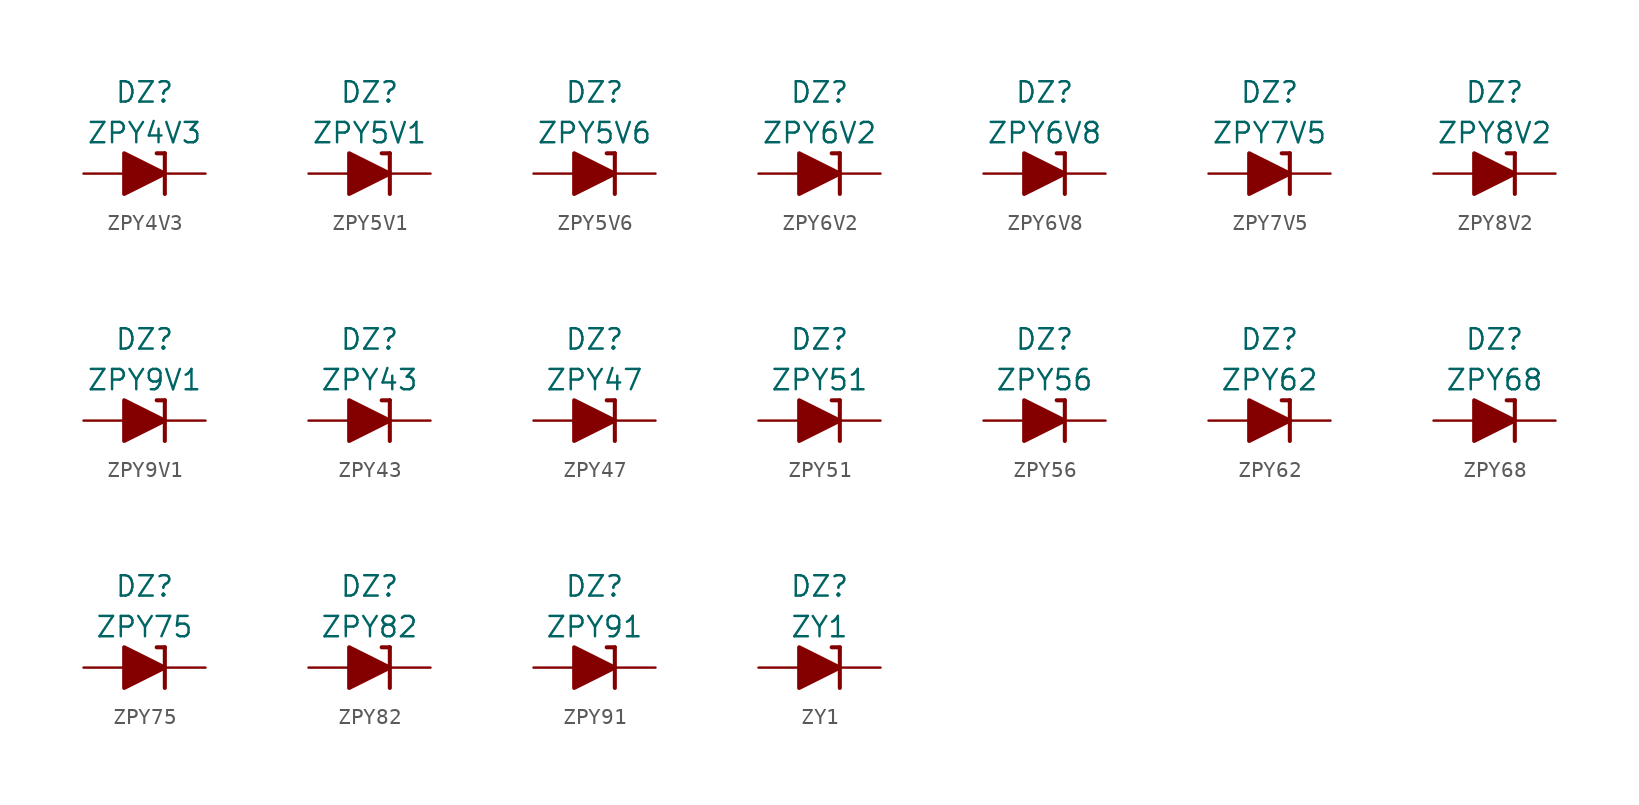
<source format=kicad_sym>
(kicad_symbol_lib
  (version 20201005)
  (generator kicad_symbol_editor)
  (symbol "Diode_Zener_AKL:ZPY4V3"
    (pin_numbers hide)
    (pin_names
      (offset 1.016) hide)
    (property "Reference" "DZ"
      (at 0 5.08 0)
      (effects (font (size 1.27 1.27))))
    (property "Value" "ZPY4V3"
      (at 0 2.54 0)
      (effects (font (size 1.27 1.27))))
    (symbol "ZPY4V3_0_1"
      (polyline (pts (xy -1.27 0) (xy 1.27 0)) (stroke (width 0)) (fill (type none)))
      (polyline (pts (xy 1.27 1.27) (xy 0.762 1.27)) (stroke (width 0.254)) (fill (type none)))
      (polyline (pts (xy 1.27 1.27) (xy 1.27 -1.27)) (stroke (width 0.254)) (fill (type none)))
      (polyline (pts (xy -1.27 -1.27) (xy -1.27 1.27) (xy 1.27 0) (xy -1.27 -1.27)) (stroke (width 0.254)) (fill (type outline))))
    (symbol "ZPY4V3_1_1"
      (pin passive line (at 3.81 0 180) (length 2.54) (name "K" (effects (font (size 1.27 1.27)))) (number "1" (effects (font (size 1.27 1.27)))))
      (pin passive line (at -3.81 0 0) (length 2.54) (name "A" (effects (font (size 1.27 1.27)))) (number "2" (effects (font (size 1.27 1.27)))))))
  (symbol "Diode_Zener_AKL:ZPY5V1"
    (pin_numbers hide)
    (pin_names
      (offset 1.016) hide)
    (property "Reference" "DZ"
      (at 0 5.08 0)
      (effects (font (size 1.27 1.27))))
    (property "Value" "ZPY5V1"
      (at 0 2.54 0)
      (effects (font (size 1.27 1.27))))
    (symbol "ZPY5V1_0_1"
      (polyline (pts (xy -1.27 0) (xy 1.27 0)) (stroke (width 0)) (fill (type none)))
      (polyline (pts (xy 1.27 1.27) (xy 0.762 1.27)) (stroke (width 0.254)) (fill (type none)))
      (polyline (pts (xy 1.27 1.27) (xy 1.27 -1.27)) (stroke (width 0.254)) (fill (type none)))
      (polyline (pts (xy -1.27 -1.27) (xy -1.27 1.27) (xy 1.27 0) (xy -1.27 -1.27)) (stroke (width 0.254)) (fill (type outline))))
    (symbol "ZPY5V1_1_1"
      (pin passive line (at 3.81 0 180) (length 2.54) (name "K" (effects (font (size 1.27 1.27)))) (number "1" (effects (font (size 1.27 1.27)))))
      (pin passive line (at -3.81 0 0) (length 2.54) (name "A" (effects (font (size 1.27 1.27)))) (number "2" (effects (font (size 1.27 1.27)))))))
  (symbol "Diode_Zener_AKL:ZPY5V6"
    (pin_numbers hide)
    (pin_names
      (offset 1.016) hide)
    (property "Reference" "DZ"
      (at 0 5.08 0)
      (effects (font (size 1.27 1.27))))
    (property "Value" "ZPY5V6"
      (at 0 2.54 0)
      (effects (font (size 1.27 1.27))))
    (symbol "ZPY5V6_0_1"
      (polyline (pts (xy -1.27 0) (xy 1.27 0)) (stroke (width 0)) (fill (type none)))
      (polyline (pts (xy 1.27 1.27) (xy 0.762 1.27)) (stroke (width 0.254)) (fill (type none)))
      (polyline (pts (xy 1.27 1.27) (xy 1.27 -1.27)) (stroke (width 0.254)) (fill (type none)))
      (polyline (pts (xy -1.27 -1.27) (xy -1.27 1.27) (xy 1.27 0) (xy -1.27 -1.27)) (stroke (width 0.254)) (fill (type outline))))
    (symbol "ZPY5V6_1_1"
      (pin passive line (at 3.81 0 180) (length 2.54) (name "K" (effects (font (size 1.27 1.27)))) (number "1" (effects (font (size 1.27 1.27)))))
      (pin passive line (at -3.81 0 0) (length 2.54) (name "A" (effects (font (size 1.27 1.27)))) (number "2" (effects (font (size 1.27 1.27)))))))
  (symbol "Diode_Zener_AKL:ZPY6V2"
    (pin_numbers hide)
    (pin_names
      (offset 1.016) hide)
    (property "Reference" "DZ"
      (at 0 5.08 0)
      (effects (font (size 1.27 1.27))))
    (property "Value" "ZPY6V2"
      (at 0 2.54 0)
      (effects (font (size 1.27 1.27))))
    (symbol "ZPY6V2_0_1"
      (polyline (pts (xy -1.27 0) (xy 1.27 0)) (stroke (width 0)) (fill (type none)))
      (polyline (pts (xy 1.27 1.27) (xy 0.762 1.27)) (stroke (width 0.254)) (fill (type none)))
      (polyline (pts (xy 1.27 1.27) (xy 1.27 -1.27)) (stroke (width 0.254)) (fill (type none)))
      (polyline (pts (xy -1.27 -1.27) (xy -1.27 1.27) (xy 1.27 0) (xy -1.27 -1.27)) (stroke (width 0.254)) (fill (type outline))))
    (symbol "ZPY6V2_1_1"
      (pin passive line (at 3.81 0 180) (length 2.54) (name "K" (effects (font (size 1.27 1.27)))) (number "1" (effects (font (size 1.27 1.27)))))
      (pin passive line (at -3.81 0 0) (length 2.54) (name "A" (effects (font (size 1.27 1.27)))) (number "2" (effects (font (size 1.27 1.27)))))))
  (symbol "Diode_Zener_AKL:ZPY6V8"
    (pin_numbers hide)
    (pin_names
      (offset 1.016) hide)
    (property "Reference" "DZ"
      (at 0 5.08 0)
      (effects (font (size 1.27 1.27))))
    (property "Value" "ZPY6V8"
      (at 0 2.54 0)
      (effects (font (size 1.27 1.27))))
    (symbol "ZPY6V8_0_1"
      (polyline (pts (xy -1.27 0) (xy 1.27 0)) (stroke (width 0)) (fill (type none)))
      (polyline (pts (xy 1.27 1.27) (xy 0.762 1.27)) (stroke (width 0.254)) (fill (type none)))
      (polyline (pts (xy 1.27 1.27) (xy 1.27 -1.27)) (stroke (width 0.254)) (fill (type none)))
      (polyline (pts (xy -1.27 -1.27) (xy -1.27 1.27) (xy 1.27 0) (xy -1.27 -1.27)) (stroke (width 0.254)) (fill (type outline))))
    (symbol "ZPY6V8_1_1"
      (pin passive line (at 3.81 0 180) (length 2.54) (name "K" (effects (font (size 1.27 1.27)))) (number "1" (effects (font (size 1.27 1.27)))))
      (pin passive line (at -3.81 0 0) (length 2.54) (name "A" (effects (font (size 1.27 1.27)))) (number "2" (effects (font (size 1.27 1.27)))))))
  (symbol "Diode_Zener_AKL:ZPY7V5"
    (pin_numbers hide)
    (pin_names
      (offset 1.016) hide)
    (property "Reference" "DZ"
      (at 0 5.08 0)
      (effects (font (size 1.27 1.27))))
    (property "Value" "ZPY7V5"
      (at 0 2.54 0)
      (effects (font (size 1.27 1.27))))
    (symbol "ZPY7V5_0_1"
      (polyline (pts (xy -1.27 0) (xy 1.27 0)) (stroke (width 0)) (fill (type none)))
      (polyline (pts (xy 1.27 1.27) (xy 0.762 1.27)) (stroke (width 0.254)) (fill (type none)))
      (polyline (pts (xy 1.27 1.27) (xy 1.27 -1.27)) (stroke (width 0.254)) (fill (type none)))
      (polyline (pts (xy -1.27 -1.27) (xy -1.27 1.27) (xy 1.27 0) (xy -1.27 -1.27)) (stroke (width 0.254)) (fill (type outline))))
    (symbol "ZPY7V5_1_1"
      (pin passive line (at 3.81 0 180) (length 2.54) (name "K" (effects (font (size 1.27 1.27)))) (number "1" (effects (font (size 1.27 1.27)))))
      (pin passive line (at -3.81 0 0) (length 2.54) (name "A" (effects (font (size 1.27 1.27)))) (number "2" (effects (font (size 1.27 1.27)))))))
  (symbol "Diode_Zener_AKL:ZPY8V2"
    (pin_numbers hide)
    (pin_names
      (offset 1.016) hide)
    (property "Reference" "DZ"
      (at 0 5.08 0)
      (effects (font (size 1.27 1.27))))
    (property "Value" "ZPY8V2"
      (at 0 2.54 0)
      (effects (font (size 1.27 1.27))))
    (symbol "ZPY8V2_0_1"
      (polyline (pts (xy -1.27 0) (xy 1.27 0)) (stroke (width 0)) (fill (type none)))
      (polyline (pts (xy 1.27 1.27) (xy 0.762 1.27)) (stroke (width 0.254)) (fill (type none)))
      (polyline (pts (xy 1.27 1.27) (xy 1.27 -1.27)) (stroke (width 0.254)) (fill (type none)))
      (polyline (pts (xy -1.27 -1.27) (xy -1.27 1.27) (xy 1.27 0) (xy -1.27 -1.27)) (stroke (width 0.254)) (fill (type outline))))
    (symbol "ZPY8V2_1_1"
      (pin passive line (at 3.81 0 180) (length 2.54) (name "K" (effects (font (size 1.27 1.27)))) (number "1" (effects (font (size 1.27 1.27)))))
      (pin passive line (at -3.81 0 0) (length 2.54) (name "A" (effects (font (size 1.27 1.27)))) (number "2" (effects (font (size 1.27 1.27)))))))
  (symbol "Diode_Zener_AKL:ZPY9V1"
    (pin_numbers hide)
    (pin_names
      (offset 1.016) hide)
    (property "Reference" "DZ"
      (at 0 5.08 0)
      (effects (font (size 1.27 1.27))))
    (property "Value" "ZPY9V1"
      (at 0 2.54 0)
      (effects (font (size 1.27 1.27))))
    (symbol "ZPY9V1_0_1"
      (polyline (pts (xy -1.27 0) (xy 1.27 0)) (stroke (width 0)) (fill (type none)))
      (polyline (pts (xy 1.27 1.27) (xy 0.762 1.27)) (stroke (width 0.254)) (fill (type none)))
      (polyline (pts (xy 1.27 1.27) (xy 1.27 -1.27)) (stroke (width 0.254)) (fill (type none)))
      (polyline (pts (xy -1.27 -1.27) (xy -1.27 1.27) (xy 1.27 0) (xy -1.27 -1.27)) (stroke (width 0.254)) (fill (type outline))))
    (symbol "ZPY9V1_1_1"
      (pin passive line (at 3.81 0 180) (length 2.54) (name "K" (effects (font (size 1.27 1.27)))) (number "1" (effects (font (size 1.27 1.27)))))
      (pin passive line (at -3.81 0 0) (length 2.54) (name "A" (effects (font (size 1.27 1.27)))) (number "2" (effects (font (size 1.27 1.27)))))))
  (symbol "Diode_Zener_AKL:ZPY43"
    (pin_numbers hide)
    (pin_names
      (offset 1.016) hide)
    (property "Reference" "DZ"
      (at 0 5.08 0)
      (effects (font (size 1.27 1.27))))
    (property "Value" "ZPY43"
      (at 0 2.54 0)
      (effects (font (size 1.27 1.27))))
    (symbol "ZPY43_0_1"
      (polyline (pts (xy -1.27 0) (xy 1.27 0)) (stroke (width 0)) (fill (type none)))
      (polyline (pts (xy 1.27 1.27) (xy 0.762 1.27)) (stroke (width 0.254)) (fill (type none)))
      (polyline (pts (xy 1.27 1.27) (xy 1.27 -1.27)) (stroke (width 0.254)) (fill (type none)))
      (polyline (pts (xy -1.27 -1.27) (xy -1.27 1.27) (xy 1.27 0) (xy -1.27 -1.27)) (stroke (width 0.254)) (fill (type outline))))
    (symbol "ZPY43_1_1"
      (pin passive line (at 3.81 0 180) (length 2.54) (name "K" (effects (font (size 1.27 1.27)))) (number "1" (effects (font (size 1.27 1.27)))))
      (pin passive line (at -3.81 0 0) (length 2.54) (name "A" (effects (font (size 1.27 1.27)))) (number "2" (effects (font (size 1.27 1.27)))))))
  (symbol "Diode_Zener_AKL:ZPY47"
    (pin_numbers hide)
    (pin_names
      (offset 1.016) hide)
    (property "Reference" "DZ"
      (at 0 5.08 0)
      (effects (font (size 1.27 1.27))))
    (property "Value" "ZPY47"
      (at 0 2.54 0)
      (effects (font (size 1.27 1.27))))
    (symbol "ZPY47_0_1"
      (polyline (pts (xy -1.27 0) (xy 1.27 0)) (stroke (width 0)) (fill (type none)))
      (polyline (pts (xy 1.27 1.27) (xy 0.762 1.27)) (stroke (width 0.254)) (fill (type none)))
      (polyline (pts (xy 1.27 1.27) (xy 1.27 -1.27)) (stroke (width 0.254)) (fill (type none)))
      (polyline (pts (xy -1.27 -1.27) (xy -1.27 1.27) (xy 1.27 0) (xy -1.27 -1.27)) (stroke (width 0.254)) (fill (type outline))))
    (symbol "ZPY47_1_1"
      (pin passive line (at 3.81 0 180) (length 2.54) (name "K" (effects (font (size 1.27 1.27)))) (number "1" (effects (font (size 1.27 1.27)))))
      (pin passive line (at -3.81 0 0) (length 2.54) (name "A" (effects (font (size 1.27 1.27)))) (number "2" (effects (font (size 1.27 1.27)))))))
  (symbol "Diode_Zener_AKL:ZPY51"
    (pin_numbers hide)
    (pin_names
      (offset 1.016) hide)
    (property "Reference" "DZ"
      (at 0 5.08 0)
      (effects (font (size 1.27 1.27))))
    (property "Value" "ZPY51"
      (at 0 2.54 0)
      (effects (font (size 1.27 1.27))))
    (symbol "ZPY51_0_1"
      (polyline (pts (xy -1.27 0) (xy 1.27 0)) (stroke (width 0)) (fill (type none)))
      (polyline (pts (xy 1.27 1.27) (xy 0.762 1.27)) (stroke (width 0.254)) (fill (type none)))
      (polyline (pts (xy 1.27 1.27) (xy 1.27 -1.27)) (stroke (width 0.254)) (fill (type none)))
      (polyline (pts (xy -1.27 -1.27) (xy -1.27 1.27) (xy 1.27 0) (xy -1.27 -1.27)) (stroke (width 0.254)) (fill (type outline))))
    (symbol "ZPY51_1_1"
      (pin passive line (at 3.81 0 180) (length 2.54) (name "K" (effects (font (size 1.27 1.27)))) (number "1" (effects (font (size 1.27 1.27)))))
      (pin passive line (at -3.81 0 0) (length 2.54) (name "A" (effects (font (size 1.27 1.27)))) (number "2" (effects (font (size 1.27 1.27)))))))
  (symbol "Diode_Zener_AKL:ZPY56"
    (pin_numbers hide)
    (pin_names
      (offset 1.016) hide)
    (property "Reference" "DZ"
      (at 0 5.08 0)
      (effects (font (size 1.27 1.27))))
    (property "Value" "ZPY56"
      (at 0 2.54 0)
      (effects (font (size 1.27 1.27))))
    (symbol "ZPY56_0_1"
      (polyline (pts (xy -1.27 0) (xy 1.27 0)) (stroke (width 0)) (fill (type none)))
      (polyline (pts (xy 1.27 1.27) (xy 0.762 1.27)) (stroke (width 0.254)) (fill (type none)))
      (polyline (pts (xy 1.27 1.27) (xy 1.27 -1.27)) (stroke (width 0.254)) (fill (type none)))
      (polyline (pts (xy -1.27 -1.27) (xy -1.27 1.27) (xy 1.27 0) (xy -1.27 -1.27)) (stroke (width 0.254)) (fill (type outline))))
    (symbol "ZPY56_1_1"
      (pin passive line (at 3.81 0 180) (length 2.54) (name "K" (effects (font (size 1.27 1.27)))) (number "1" (effects (font (size 1.27 1.27)))))
      (pin passive line (at -3.81 0 0) (length 2.54) (name "A" (effects (font (size 1.27 1.27)))) (number "2" (effects (font (size 1.27 1.27)))))))
  (symbol "Diode_Zener_AKL:ZPY62"
    (pin_numbers hide)
    (pin_names
      (offset 1.016) hide)
    (property "Reference" "DZ"
      (at 0 5.08 0)
      (effects (font (size 1.27 1.27))))
    (property "Value" "ZPY62"
      (at 0 2.54 0)
      (effects (font (size 1.27 1.27))))
    (symbol "ZPY62_0_1"
      (polyline (pts (xy -1.27 0) (xy 1.27 0)) (stroke (width 0)) (fill (type none)))
      (polyline (pts (xy 1.27 1.27) (xy 0.762 1.27)) (stroke (width 0.254)) (fill (type none)))
      (polyline (pts (xy 1.27 1.27) (xy 1.27 -1.27)) (stroke (width 0.254)) (fill (type none)))
      (polyline (pts (xy -1.27 -1.27) (xy -1.27 1.27) (xy 1.27 0) (xy -1.27 -1.27)) (stroke (width 0.254)) (fill (type outline))))
    (symbol "ZPY62_1_1"
      (pin passive line (at 3.81 0 180) (length 2.54) (name "K" (effects (font (size 1.27 1.27)))) (number "1" (effects (font (size 1.27 1.27)))))
      (pin passive line (at -3.81 0 0) (length 2.54) (name "A" (effects (font (size 1.27 1.27)))) (number "2" (effects (font (size 1.27 1.27)))))))
  (symbol "Diode_Zener_AKL:ZPY68"
    (pin_numbers hide)
    (pin_names
      (offset 1.016) hide)
    (property "Reference" "DZ"
      (at 0 5.08 0)
      (effects (font (size 1.27 1.27))))
    (property "Value" "ZPY68"
      (at 0 2.54 0)
      (effects (font (size 1.27 1.27))))
    (symbol "ZPY68_0_1"
      (polyline (pts (xy -1.27 0) (xy 1.27 0)) (stroke (width 0)) (fill (type none)))
      (polyline (pts (xy 1.27 1.27) (xy 0.762 1.27)) (stroke (width 0.254)) (fill (type none)))
      (polyline (pts (xy 1.27 1.27) (xy 1.27 -1.27)) (stroke (width 0.254)) (fill (type none)))
      (polyline (pts (xy -1.27 -1.27) (xy -1.27 1.27) (xy 1.27 0) (xy -1.27 -1.27)) (stroke (width 0.254)) (fill (type outline))))
    (symbol "ZPY68_1_1"
      (pin passive line (at 3.81 0 180) (length 2.54) (name "K" (effects (font (size 1.27 1.27)))) (number "1" (effects (font (size 1.27 1.27)))))
      (pin passive line (at -3.81 0 0) (length 2.54) (name "A" (effects (font (size 1.27 1.27)))) (number "2" (effects (font (size 1.27 1.27)))))))
  (symbol "Diode_Zener_AKL:ZPY75"
    (pin_numbers hide)
    (pin_names
      (offset 1.016) hide)
    (property "Reference" "DZ"
      (at 0 5.08 0)
      (effects (font (size 1.27 1.27))))
    (property "Value" "ZPY75"
      (at 0 2.54 0)
      (effects (font (size 1.27 1.27))))
    (symbol "ZPY75_0_1"
      (polyline (pts (xy -1.27 0) (xy 1.27 0)) (stroke (width 0)) (fill (type none)))
      (polyline (pts (xy 1.27 1.27) (xy 0.762 1.27)) (stroke (width 0.254)) (fill (type none)))
      (polyline (pts (xy 1.27 1.27) (xy 1.27 -1.27)) (stroke (width 0.254)) (fill (type none)))
      (polyline (pts (xy -1.27 -1.27) (xy -1.27 1.27) (xy 1.27 0) (xy -1.27 -1.27)) (stroke (width 0.254)) (fill (type outline))))
    (symbol "ZPY75_1_1"
      (pin passive line (at 3.81 0 180) (length 2.54) (name "K" (effects (font (size 1.27 1.27)))) (number "1" (effects (font (size 1.27 1.27)))))
      (pin passive line (at -3.81 0 0) (length 2.54) (name "A" (effects (font (size 1.27 1.27)))) (number "2" (effects (font (size 1.27 1.27)))))))
  (symbol "Diode_Zener_AKL:ZPY82"
    (pin_numbers hide)
    (pin_names
      (offset 1.016) hide)
    (property "Reference" "DZ"
      (at 0 5.08 0)
      (effects (font (size 1.27 1.27))))
    (property "Value" "ZPY82"
      (at 0 2.54 0)
      (effects (font (size 1.27 1.27))))
    (symbol "ZPY82_0_1"
      (polyline (pts (xy -1.27 0) (xy 1.27 0)) (stroke (width 0)) (fill (type none)))
      (polyline (pts (xy 1.27 1.27) (xy 0.762 1.27)) (stroke (width 0.254)) (fill (type none)))
      (polyline (pts (xy 1.27 1.27) (xy 1.27 -1.27)) (stroke (width 0.254)) (fill (type none)))
      (polyline (pts (xy -1.27 -1.27) (xy -1.27 1.27) (xy 1.27 0) (xy -1.27 -1.27)) (stroke (width 0.254)) (fill (type outline))))
    (symbol "ZPY82_1_1"
      (pin passive line (at 3.81 0 180) (length 2.54) (name "K" (effects (font (size 1.27 1.27)))) (number "1" (effects (font (size 1.27 1.27)))))
      (pin passive line (at -3.81 0 0) (length 2.54) (name "A" (effects (font (size 1.27 1.27)))) (number "2" (effects (font (size 1.27 1.27)))))))
  (symbol "Diode_Zener_AKL:ZPY91"
    (pin_numbers hide)
    (pin_names
      (offset 1.016) hide)
    (property "Reference" "DZ"
      (at 0 5.08 0)
      (effects (font (size 1.27 1.27))))
    (property "Value" "ZPY91"
      (at 0 2.54 0)
      (effects (font (size 1.27 1.27))))
    (symbol "ZPY91_0_1"
      (polyline (pts (xy -1.27 0) (xy 1.27 0)) (stroke (width 0)) (fill (type none)))
      (polyline (pts (xy 1.27 1.27) (xy 0.762 1.27)) (stroke (width 0.254)) (fill (type none)))
      (polyline (pts (xy 1.27 1.27) (xy 1.27 -1.27)) (stroke (width 0.254)) (fill (type none)))
      (polyline (pts (xy -1.27 -1.27) (xy -1.27 1.27) (xy 1.27 0) (xy -1.27 -1.27)) (stroke (width 0.254)) (fill (type outline))))
    (symbol "ZPY91_1_1"
      (pin passive line (at 3.81 0 180) (length 2.54) (name "K" (effects (font (size 1.27 1.27)))) (number "1" (effects (font (size 1.27 1.27)))))
      (pin passive line (at -3.81 0 0) (length 2.54) (name "A" (effects (font (size 1.27 1.27)))) (number "2" (effects (font (size 1.27 1.27)))))))
  (symbol "Diode_Zener_AKL:ZY1"
    (pin_numbers hide)
    (pin_names
      (offset 1.016) hide)
    (property "Reference" "DZ"
      (at 0 5.08 0)
      (effects (font (size 1.27 1.27))))
    (property "Value" "ZY1"
      (at 0 2.54 0)
      (effects (font (size 1.27 1.27))))
    (symbol "ZY1_0_1"
      (polyline (pts (xy -1.27 0) (xy 1.27 0)) (stroke (width 0)) (fill (type none)))
      (polyline (pts (xy 1.27 1.27) (xy 0.762 1.27)) (stroke (width 0.254)) (fill (type none)))
      (polyline (pts (xy 1.27 1.27) (xy 1.27 -1.27)) (stroke (width 0.254)) (fill (type none)))
      (polyline (pts (xy -1.27 -1.27) (xy -1.27 1.27) (xy 1.27 0) (xy -1.27 -1.27)) (stroke (width 0.254)) (fill (type outline))))
    (symbol "ZY1_1_1"
      (pin passive line (at 3.81 0 180) (length 2.54) (name "K" (effects (font (size 1.27 1.27)))) (number "1" (effects (font (size 1.27 1.27)))))
      (pin passive line (at -3.81 0 0) (length 2.54) (name "A" (effects (font (size 1.27 1.27)))) (number "2" (effects (font (size 1.27 1.27))))))))
</source>
